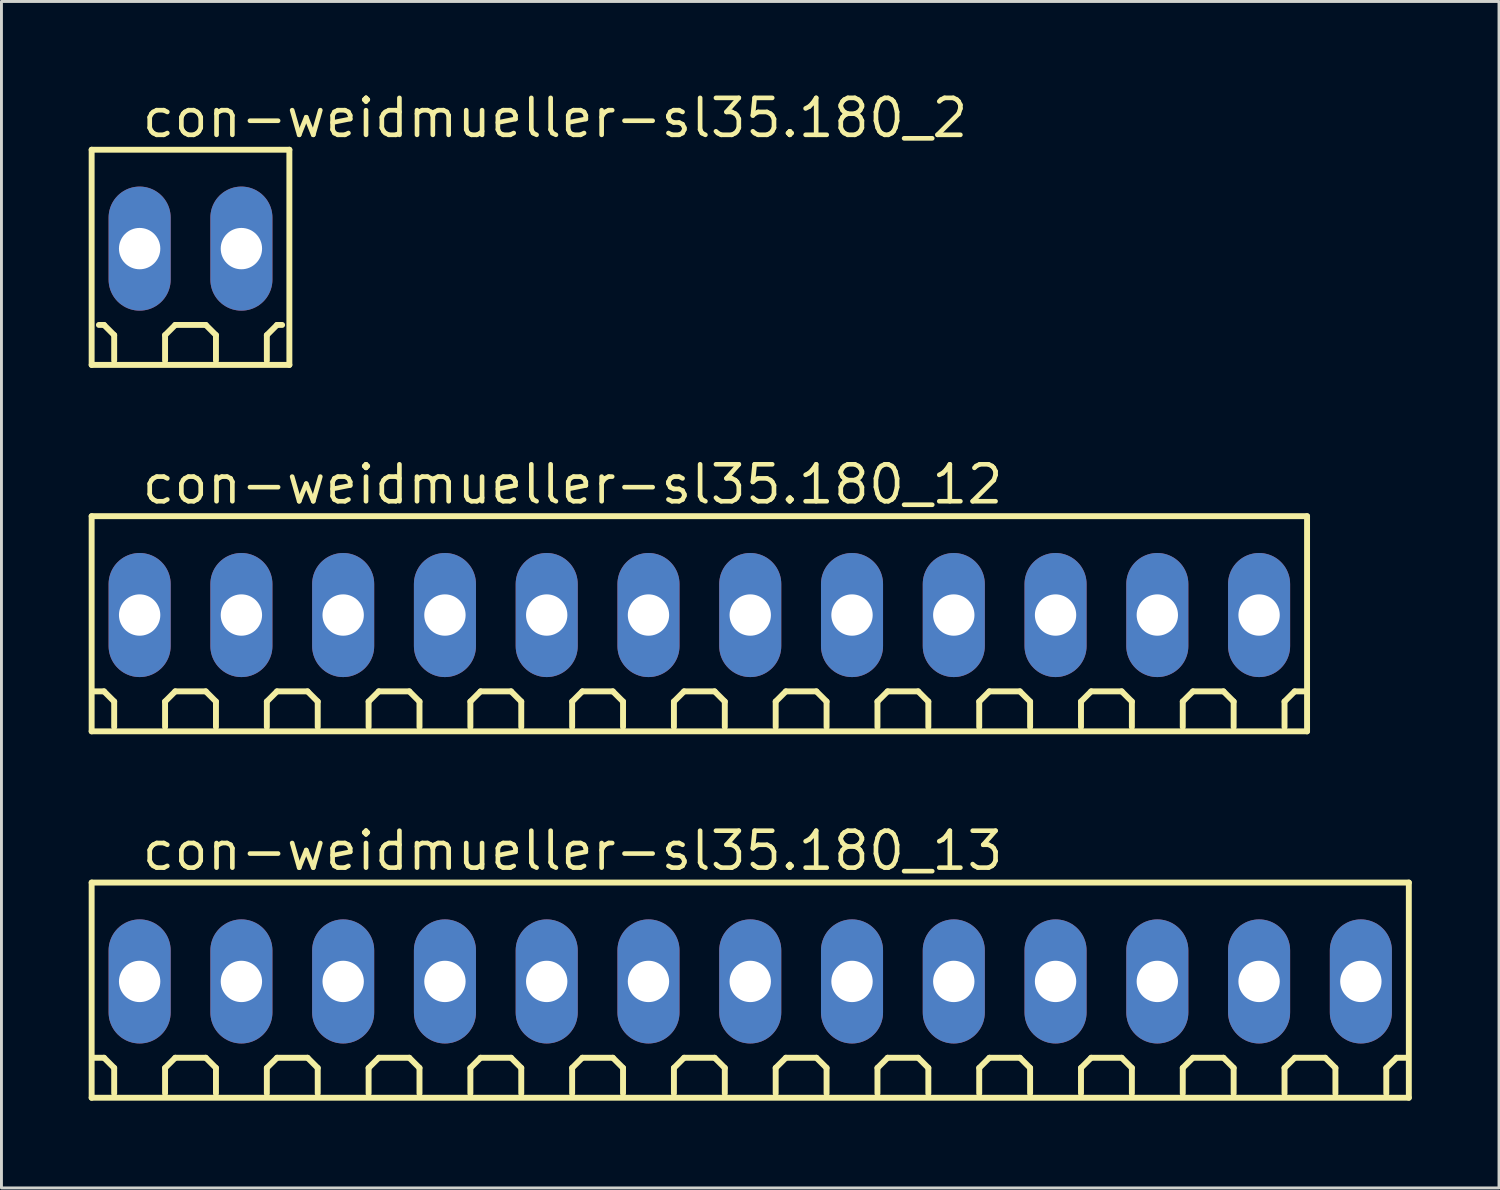
<source format=kicad_pcb>
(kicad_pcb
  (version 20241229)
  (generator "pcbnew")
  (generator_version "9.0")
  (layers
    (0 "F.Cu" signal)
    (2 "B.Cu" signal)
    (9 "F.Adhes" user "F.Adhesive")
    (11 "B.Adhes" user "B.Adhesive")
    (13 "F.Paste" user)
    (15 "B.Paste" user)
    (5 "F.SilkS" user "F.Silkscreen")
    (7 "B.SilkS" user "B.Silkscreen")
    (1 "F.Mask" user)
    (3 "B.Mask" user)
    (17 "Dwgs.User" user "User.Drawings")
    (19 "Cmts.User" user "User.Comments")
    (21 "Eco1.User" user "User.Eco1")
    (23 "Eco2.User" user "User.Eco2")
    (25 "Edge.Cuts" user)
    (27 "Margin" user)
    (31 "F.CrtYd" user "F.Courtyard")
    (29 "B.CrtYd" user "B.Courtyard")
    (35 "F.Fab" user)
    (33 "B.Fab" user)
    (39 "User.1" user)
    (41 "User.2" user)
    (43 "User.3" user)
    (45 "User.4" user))
  (footprint "con-weidmueller-sl35.180_2"
    (layer "F.Cu")
    (at 3.502 5.5)
    (property "Reference" "con-weidmueller-sl35.180_2" (at -1.75 -3.75 0) (layer "F.SilkS") (effects (font (size 1.27 1.27) (thickness 0.16)) (justify left bottom)))
    (attr through_hole)
    (fp_line (start -3.4 -3.4) (end 3.4 -3.4) (stroke (width 0.203) (type default)) (layer "F.SilkS"))
    (fp_line (start -3.4 4) (end -3.4 -3.4) (stroke (width 0.203) (type default)) (layer "F.SilkS"))
    (fp_line (start -2.975 2.625) (end -3.15 2.625) (stroke (width 0.203) (type default)) (layer "F.SilkS"))
    (fp_line (start -2.625 2.975) (end -2.975 2.625) (stroke (width 0.203) (type default)) (layer "F.SilkS"))
    (fp_line (start -2.625 3.85) (end -2.625 2.975) (stroke (width 0.203) (type default)) (layer "F.SilkS"))
    (fp_line (start -0.875 2.975) (end -0.525 2.625) (stroke (width 0.203) (type default)) (layer "F.SilkS"))
    (fp_line (start -0.875 3.85) (end -0.875 2.975) (stroke (width 0.203) (type default)) (layer "F.SilkS"))
    (fp_line (start -0.525 2.625) (end 0.525 2.625) (stroke (width 0.203) (type default)) (layer "F.SilkS"))
    (fp_line (start 0.525 2.625) (end 0.875 2.975) (stroke (width 0.203) (type default)) (layer "F.SilkS"))
    (fp_line (start 0.875 2.975) (end 0.875 3.85) (stroke (width 0.203) (type default)) (layer "F.SilkS"))
    (fp_line (start 2.625 2.975) (end 2.975 2.625) (stroke (width 0.203) (type default)) (layer "F.SilkS"))
    (fp_line (start 2.625 3.85) (end 2.625 2.975) (stroke (width 0.203) (type default)) (layer "F.SilkS"))
    (fp_line (start 2.975 2.625) (end 3.15 2.625) (stroke (width 0.203) (type default)) (layer "F.SilkS"))
    (fp_line (start 3.4 -3.4) (end 3.4 4) (stroke (width 0.203) (type default)) (layer "F.SilkS"))
    (fp_line (start 3.4 4) (end -3.4 4) (stroke (width 0.203) (type default)) (layer "F.SilkS"))
    (pad "1" thru_hole oval (at -1.75 0 90) (size 4.267 2.134) (drill 1.422) (layers "*.Cu" "*.Mask"))
    (pad "2" thru_hole oval (at 1.75 0 90) (size 4.267 2.134) (drill 1.422) (layers "*.Cu" "*.Mask")))
  (footprint "con-weidmueller-sl35.180_12"
    (layer "F.Cu")
    (at 21.002 18.102)
    (property "Reference" "con-weidmueller-sl35.180_12" (at -19.25 -3.75 0) (layer "F.SilkS") (effects (font (size 1.27 1.27) (thickness 0.16)) (justify left bottom)))
    (attr through_hole)
    (fp_line (start -20.9 -3.4) (end 20.9 -3.4) (stroke (width 0.203) (type default)) (layer "F.SilkS"))
    (fp_line (start -20.9 4) (end -20.9 -3.4) (stroke (width 0.203) (type default)) (layer "F.SilkS"))
    (fp_line (start -20.475 2.625) (end -20.825 2.625) (stroke (width 0.203) (type default)) (layer "F.SilkS"))
    (fp_line (start -20.125 2.975) (end -20.475 2.625) (stroke (width 0.203) (type default)) (layer "F.SilkS"))
    (fp_line (start -20.125 3.85) (end -20.125 2.975) (stroke (width 0.203) (type default)) (layer "F.SilkS"))
    (fp_line (start -18.375 2.975) (end -18.025 2.625) (stroke (width 0.203) (type default)) (layer "F.SilkS"))
    (fp_line (start -18.375 3.85) (end -18.375 2.975) (stroke (width 0.203) (type default)) (layer "F.SilkS"))
    (fp_line (start -18.025 2.625) (end -16.975 2.625) (stroke (width 0.203) (type default)) (layer "F.SilkS"))
    (fp_line (start -16.975 2.625) (end -16.625 2.975) (stroke (width 0.203) (type default)) (layer "F.SilkS"))
    (fp_line (start -16.625 2.975) (end -16.625 3.85) (stroke (width 0.203) (type default)) (layer "F.SilkS"))
    (fp_line (start -14.875 2.975) (end -14.525 2.625) (stroke (width 0.203) (type default)) (layer "F.SilkS"))
    (fp_line (start -14.875 3.85) (end -14.875 2.975) (stroke (width 0.203) (type default)) (layer "F.SilkS"))
    (fp_line (start -14.525 2.625) (end -13.475 2.625) (stroke (width 0.203) (type default)) (layer "F.SilkS"))
    (fp_line (start -13.475 2.625) (end -13.125 2.975) (stroke (width 0.203) (type default)) (layer "F.SilkS"))
    (fp_line (start -13.125 2.975) (end -13.125 3.85) (stroke (width 0.203) (type default)) (layer "F.SilkS"))
    (fp_line (start -11.375 2.975) (end -11.025 2.625) (stroke (width 0.203) (type default)) (layer "F.SilkS"))
    (fp_line (start -11.375 3.85) (end -11.375 2.975) (stroke (width 0.203) (type default)) (layer "F.SilkS"))
    (fp_line (start -11.025 2.625) (end -9.975 2.625) (stroke (width 0.203) (type default)) (layer "F.SilkS"))
    (fp_line (start -9.975 2.625) (end -9.625 2.975) (stroke (width 0.203) (type default)) (layer "F.SilkS"))
    (fp_line (start -9.625 2.975) (end -9.625 3.85) (stroke (width 0.203) (type default)) (layer "F.SilkS"))
    (fp_line (start -7.875 2.975) (end -7.525 2.625) (stroke (width 0.203) (type default)) (layer "F.SilkS"))
    (fp_line (start -7.875 3.85) (end -7.875 2.975) (stroke (width 0.203) (type default)) (layer "F.SilkS"))
    (fp_line (start -7.525 2.625) (end -6.475 2.625) (stroke (width 0.203) (type default)) (layer "F.SilkS"))
    (fp_line (start -6.475 2.625) (end -6.125 2.975) (stroke (width 0.203) (type default)) (layer "F.SilkS"))
    (fp_line (start -6.125 2.975) (end -6.125 3.85) (stroke (width 0.203) (type default)) (layer "F.SilkS"))
    (fp_line (start -4.375 2.975) (end -4.025 2.625) (stroke (width 0.203) (type default)) (layer "F.SilkS"))
    (fp_line (start -4.375 3.85) (end -4.375 2.975) (stroke (width 0.203) (type default)) (layer "F.SilkS"))
    (fp_line (start -4.025 2.625) (end -2.975 2.625) (stroke (width 0.203) (type default)) (layer "F.SilkS"))
    (fp_line (start -2.975 2.625) (end -2.625 2.975) (stroke (width 0.203) (type default)) (layer "F.SilkS"))
    (fp_line (start -2.625 2.975) (end -2.625 3.85) (stroke (width 0.203) (type default)) (layer "F.SilkS"))
    (fp_line (start -0.875 2.975) (end -0.525 2.625) (stroke (width 0.203) (type default)) (layer "F.SilkS"))
    (fp_line (start -0.875 3.85) (end -0.875 2.975) (stroke (width 0.203) (type default)) (layer "F.SilkS"))
    (fp_line (start -0.525 2.625) (end 0.525 2.625) (stroke (width 0.203) (type default)) (layer "F.SilkS"))
    (fp_line (start 0.525 2.625) (end 0.875 2.975) (stroke (width 0.203) (type default)) (layer "F.SilkS"))
    (fp_line (start 0.875 2.975) (end 0.875 3.85) (stroke (width 0.203) (type default)) (layer "F.SilkS"))
    (fp_line (start 2.625 2.975) (end 2.975 2.625) (stroke (width 0.203) (type default)) (layer "F.SilkS"))
    (fp_line (start 2.625 3.85) (end 2.625 2.975) (stroke (width 0.203) (type default)) (layer "F.SilkS"))
    (fp_line (start 2.975 2.625) (end 4.025 2.625) (stroke (width 0.203) (type default)) (layer "F.SilkS"))
    (fp_line (start 4.025 2.625) (end 4.375 2.975) (stroke (width 0.203) (type default)) (layer "F.SilkS"))
    (fp_line (start 4.375 2.975) (end 4.375 3.85) (stroke (width 0.203) (type default)) (layer "F.SilkS"))
    (fp_line (start 6.125 2.975) (end 6.475 2.625) (stroke (width 0.203) (type default)) (layer "F.SilkS"))
    (fp_line (start 6.125 3.85) (end 6.125 2.975) (stroke (width 0.203) (type default)) (layer "F.SilkS"))
    (fp_line (start 6.475 2.625) (end 7.525 2.625) (stroke (width 0.203) (type default)) (layer "F.SilkS"))
    (fp_line (start 7.525 2.625) (end 7.875 2.975) (stroke (width 0.203) (type default)) (layer "F.SilkS"))
    (fp_line (start 7.875 2.975) (end 7.875 3.85) (stroke (width 0.203) (type default)) (layer "F.SilkS"))
    (fp_line (start 9.625 2.975) (end 9.975 2.625) (stroke (width 0.203) (type default)) (layer "F.SilkS"))
    (fp_line (start 9.625 3.85) (end 9.625 2.975) (stroke (width 0.203) (type default)) (layer "F.SilkS"))
    (fp_line (start 9.975 2.625) (end 11.025 2.625) (stroke (width 0.203) (type default)) (layer "F.SilkS"))
    (fp_line (start 11.025 2.625) (end 11.375 2.975) (stroke (width 0.203) (type default)) (layer "F.SilkS"))
    (fp_line (start 11.375 2.975) (end 11.375 3.85) (stroke (width 0.203) (type default)) (layer "F.SilkS"))
    (fp_line (start 13.125 2.975) (end 13.475 2.625) (stroke (width 0.203) (type default)) (layer "F.SilkS"))
    (fp_line (start 13.125 3.85) (end 13.125 2.975) (stroke (width 0.203) (type default)) (layer "F.SilkS"))
    (fp_line (start 13.475 2.625) (end 14.525 2.625) (stroke (width 0.203) (type default)) (layer "F.SilkS"))
    (fp_line (start 14.525 2.625) (end 14.875 2.975) (stroke (width 0.203) (type default)) (layer "F.SilkS"))
    (fp_line (start 14.875 2.975) (end 14.875 3.85) (stroke (width 0.203) (type default)) (layer "F.SilkS"))
    (fp_line (start 16.625 2.975) (end 16.975 2.625) (stroke (width 0.203) (type default)) (layer "F.SilkS"))
    (fp_line (start 16.625 3.85) (end 16.625 2.975) (stroke (width 0.203) (type default)) (layer "F.SilkS"))
    (fp_line (start 16.975 2.625) (end 18.025 2.625) (stroke (width 0.203) (type default)) (layer "F.SilkS"))
    (fp_line (start 18.025 2.625) (end 18.375 2.975) (stroke (width 0.203) (type default)) (layer "F.SilkS"))
    (fp_line (start 18.375 2.975) (end 18.375 3.85) (stroke (width 0.203) (type default)) (layer "F.SilkS"))
    (fp_line (start 20.125 2.975) (end 20.475 2.625) (stroke (width 0.203) (type default)) (layer "F.SilkS"))
    (fp_line (start 20.125 3.85) (end 20.125 2.975) (stroke (width 0.203) (type default)) (layer "F.SilkS"))
    (fp_line (start 20.825 2.625) (end 20.475 2.625) (stroke (width 0.203) (type default)) (layer "F.SilkS"))
    (fp_line (start 20.9 -3.4) (end 20.9 4) (stroke (width 0.203) (type default)) (layer "F.SilkS"))
    (fp_line (start 20.9 4) (end -20.9 4) (stroke (width 0.203) (type default)) (layer "F.SilkS"))
    (pad "1" thru_hole oval (at -19.25 0 90) (size 4.267 2.134) (drill 1.422) (layers "*.Cu" "*.Mask"))
    (pad "2" thru_hole oval (at -15.75 0 90) (size 4.267 2.134) (drill 1.422) (layers "*.Cu" "*.Mask"))
    (pad "3" thru_hole oval (at -12.25 0 90) (size 4.267 2.134) (drill 1.422) (layers "*.Cu" "*.Mask"))
    (pad "4" thru_hole oval (at -8.75 0 90) (size 4.267 2.134) (drill 1.422) (layers "*.Cu" "*.Mask"))
    (pad "5" thru_hole oval (at -5.25 0 90) (size 4.267 2.134) (drill 1.422) (layers "*.Cu" "*.Mask"))
    (pad "6" thru_hole oval (at -1.75 0 90) (size 4.267 2.134) (drill 1.422) (layers "*.Cu" "*.Mask"))
    (pad "7" thru_hole oval (at 1.75 0 90) (size 4.267 2.134) (drill 1.422) (layers "*.Cu" "*.Mask"))
    (pad "8" thru_hole oval (at 5.25 0 90) (size 4.267 2.134) (drill 1.422) (layers "*.Cu" "*.Mask"))
    (pad "9" thru_hole oval (at 8.75 0 90) (size 4.267 2.134) (drill 1.422) (layers "*.Cu" "*.Mask"))
    (pad "10" thru_hole oval (at 12.25 0 90) (size 4.267 2.134) (drill 1.422) (layers "*.Cu" "*.Mask"))
    (pad "11" thru_hole oval (at 15.75 0 90) (size 4.267 2.134) (drill 1.422) (layers "*.Cu" "*.Mask"))
    (pad "12" thru_hole oval (at 19.25 0 90) (size 4.267 2.134) (drill 1.422) (layers "*.Cu" "*.Mask")))
  (footprint "con-weidmueller-sl35.180_13"
    (layer "F.Cu")
    (at 22.752 30.703)
    (property "Reference" "con-weidmueller-sl35.180_13" (at -21 -3.75 0) (layer "F.SilkS") (effects (font (size 1.27 1.27) (thickness 0.16)) (justify left bottom)))
    (attr through_hole)
    (fp_line (start -22.65 -3.4) (end 22.65 -3.4) (stroke (width 0.203) (type default)) (layer "F.SilkS"))
    (fp_line (start -22.65 4) (end -22.65 -3.4) (stroke (width 0.203) (type default)) (layer "F.SilkS"))
    (fp_line (start -22.225 2.625) (end -22.575 2.625) (stroke (width 0.203) (type default)) (layer "F.SilkS"))
    (fp_line (start -21.875 2.975) (end -22.225 2.625) (stroke (width 0.203) (type default)) (layer "F.SilkS"))
    (fp_line (start -21.875 3.85) (end -21.875 2.975) (stroke (width 0.203) (type default)) (layer "F.SilkS"))
    (fp_line (start -20.125 2.975) (end -19.775 2.625) (stroke (width 0.203) (type default)) (layer "F.SilkS"))
    (fp_line (start -20.125 3.85) (end -20.125 2.975) (stroke (width 0.203) (type default)) (layer "F.SilkS"))
    (fp_line (start -19.775 2.625) (end -18.725 2.625) (stroke (width 0.203) (type default)) (layer "F.SilkS"))
    (fp_line (start -18.725 2.625) (end -18.375 2.975) (stroke (width 0.203) (type default)) (layer "F.SilkS"))
    (fp_line (start -18.375 2.975) (end -18.375 3.85) (stroke (width 0.203) (type default)) (layer "F.SilkS"))
    (fp_line (start -16.625 2.975) (end -16.275 2.625) (stroke (width 0.203) (type default)) (layer "F.SilkS"))
    (fp_line (start -16.625 3.85) (end -16.625 2.975) (stroke (width 0.203) (type default)) (layer "F.SilkS"))
    (fp_line (start -16.275 2.625) (end -15.225 2.625) (stroke (width 0.203) (type default)) (layer "F.SilkS"))
    (fp_line (start -15.225 2.625) (end -14.875 2.975) (stroke (width 0.203) (type default)) (layer "F.SilkS"))
    (fp_line (start -14.875 2.975) (end -14.875 3.85) (stroke (width 0.203) (type default)) (layer "F.SilkS"))
    (fp_line (start -13.125 2.975) (end -12.775 2.625) (stroke (width 0.203) (type default)) (layer "F.SilkS"))
    (fp_line (start -13.125 3.85) (end -13.125 2.975) (stroke (width 0.203) (type default)) (layer "F.SilkS"))
    (fp_line (start -12.775 2.625) (end -11.725 2.625) (stroke (width 0.203) (type default)) (layer "F.SilkS"))
    (fp_line (start -11.725 2.625) (end -11.375 2.975) (stroke (width 0.203) (type default)) (layer "F.SilkS"))
    (fp_line (start -11.375 2.975) (end -11.375 3.85) (stroke (width 0.203) (type default)) (layer "F.SilkS"))
    (fp_line (start -9.625 2.975) (end -9.275 2.625) (stroke (width 0.203) (type default)) (layer "F.SilkS"))
    (fp_line (start -9.625 3.85) (end -9.625 2.975) (stroke (width 0.203) (type default)) (layer "F.SilkS"))
    (fp_line (start -9.275 2.625) (end -8.225 2.625) (stroke (width 0.203) (type default)) (layer "F.SilkS"))
    (fp_line (start -8.225 2.625) (end -7.875 2.975) (stroke (width 0.203) (type default)) (layer "F.SilkS"))
    (fp_line (start -7.875 2.975) (end -7.875 3.85) (stroke (width 0.203) (type default)) (layer "F.SilkS"))
    (fp_line (start -6.125 2.975) (end -5.775 2.625) (stroke (width 0.203) (type default)) (layer "F.SilkS"))
    (fp_line (start -6.125 3.85) (end -6.125 2.975) (stroke (width 0.203) (type default)) (layer "F.SilkS"))
    (fp_line (start -5.775 2.625) (end -4.725 2.625) (stroke (width 0.203) (type default)) (layer "F.SilkS"))
    (fp_line (start -4.725 2.625) (end -4.375 2.975) (stroke (width 0.203) (type default)) (layer "F.SilkS"))
    (fp_line (start -4.375 2.975) (end -4.375 3.85) (stroke (width 0.203) (type default)) (layer "F.SilkS"))
    (fp_line (start -2.625 2.975) (end -2.275 2.625) (stroke (width 0.203) (type default)) (layer "F.SilkS"))
    (fp_line (start -2.625 3.85) (end -2.625 2.975) (stroke (width 0.203) (type default)) (layer "F.SilkS"))
    (fp_line (start -2.275 2.625) (end -1.225 2.625) (stroke (width 0.203) (type default)) (layer "F.SilkS"))
    (fp_line (start -1.225 2.625) (end -0.875 2.975) (stroke (width 0.203) (type default)) (layer "F.SilkS"))
    (fp_line (start -0.875 2.975) (end -0.875 3.85) (stroke (width 0.203) (type default)) (layer "F.SilkS"))
    (fp_line (start 0.875 2.975) (end 1.225 2.625) (stroke (width 0.203) (type default)) (layer "F.SilkS"))
    (fp_line (start 0.875 3.85) (end 0.875 2.975) (stroke (width 0.203) (type default)) (layer "F.SilkS"))
    (fp_line (start 1.225 2.625) (end 2.275 2.625) (stroke (width 0.203) (type default)) (layer "F.SilkS"))
    (fp_line (start 2.275 2.625) (end 2.625 2.975) (stroke (width 0.203) (type default)) (layer "F.SilkS"))
    (fp_line (start 2.625 2.975) (end 2.625 3.85) (stroke (width 0.203) (type default)) (layer "F.SilkS"))
    (fp_line (start 4.375 2.975) (end 4.725 2.625) (stroke (width 0.203) (type default)) (layer "F.SilkS"))
    (fp_line (start 4.375 3.85) (end 4.375 2.975) (stroke (width 0.203) (type default)) (layer "F.SilkS"))
    (fp_line (start 4.725 2.625) (end 5.775 2.625) (stroke (width 0.203) (type default)) (layer "F.SilkS"))
    (fp_line (start 5.775 2.625) (end 6.125 2.975) (stroke (width 0.203) (type default)) (layer "F.SilkS"))
    (fp_line (start 6.125 2.975) (end 6.125 3.85) (stroke (width 0.203) (type default)) (layer "F.SilkS"))
    (fp_line (start 7.875 2.975) (end 8.225 2.625) (stroke (width 0.203) (type default)) (layer "F.SilkS"))
    (fp_line (start 7.875 3.85) (end 7.875 2.975) (stroke (width 0.203) (type default)) (layer "F.SilkS"))
    (fp_line (start 8.225 2.625) (end 9.275 2.625) (stroke (width 0.203) (type default)) (layer "F.SilkS"))
    (fp_line (start 9.275 2.625) (end 9.625 2.975) (stroke (width 0.203) (type default)) (layer "F.SilkS"))
    (fp_line (start 9.625 2.975) (end 9.625 3.85) (stroke (width 0.203) (type default)) (layer "F.SilkS"))
    (fp_line (start 11.375 2.975) (end 11.725 2.625) (stroke (width 0.203) (type default)) (layer "F.SilkS"))
    (fp_line (start 11.375 3.85) (end 11.375 2.975) (stroke (width 0.203) (type default)) (layer "F.SilkS"))
    (fp_line (start 11.725 2.625) (end 12.775 2.625) (stroke (width 0.203) (type default)) (layer "F.SilkS"))
    (fp_line (start 12.775 2.625) (end 13.125 2.975) (stroke (width 0.203) (type default)) (layer "F.SilkS"))
    (fp_line (start 13.125 2.975) (end 13.125 3.85) (stroke (width 0.203) (type default)) (layer "F.SilkS"))
    (fp_line (start 14.875 2.975) (end 15.225 2.625) (stroke (width 0.203) (type default)) (layer "F.SilkS"))
    (fp_line (start 14.875 3.85) (end 14.875 2.975) (stroke (width 0.203) (type default)) (layer "F.SilkS"))
    (fp_line (start 15.225 2.625) (end 16.275 2.625) (stroke (width 0.203) (type default)) (layer "F.SilkS"))
    (fp_line (start 16.275 2.625) (end 16.625 2.975) (stroke (width 0.203) (type default)) (layer "F.SilkS"))
    (fp_line (start 16.625 2.975) (end 16.625 3.85) (stroke (width 0.203) (type default)) (layer "F.SilkS"))
    (fp_line (start 18.375 2.975) (end 18.725 2.625) (stroke (width 0.203) (type default)) (layer "F.SilkS"))
    (fp_line (start 18.375 3.85) (end 18.375 2.975) (stroke (width 0.203) (type default)) (layer "F.SilkS"))
    (fp_line (start 18.725 2.625) (end 19.775 2.625) (stroke (width 0.203) (type default)) (layer "F.SilkS"))
    (fp_line (start 19.775 2.625) (end 20.125 2.975) (stroke (width 0.203) (type default)) (layer "F.SilkS"))
    (fp_line (start 20.125 2.975) (end 20.125 3.85) (stroke (width 0.203) (type default)) (layer "F.SilkS"))
    (fp_line (start 21.875 2.975) (end 22.225 2.625) (stroke (width 0.203) (type default)) (layer "F.SilkS"))
    (fp_line (start 21.875 3.85) (end 21.875 2.975) (stroke (width 0.203) (type default)) (layer "F.SilkS"))
    (fp_line (start 22.575 2.625) (end 22.225 2.625) (stroke (width 0.203) (type default)) (layer "F.SilkS"))
    (fp_line (start 22.65 -3.4) (end 22.65 4) (stroke (width 0.203) (type default)) (layer "F.SilkS"))
    (fp_line (start 22.65 4) (end -22.65 4) (stroke (width 0.203) (type default)) (layer "F.SilkS"))
    (pad "1" thru_hole oval (at -21 0 90) (size 4.267 2.134) (drill 1.422) (layers "*.Cu" "*.Mask"))
    (pad "2" thru_hole oval (at -17.5 0 90) (size 4.267 2.134) (drill 1.422) (layers "*.Cu" "*.Mask"))
    (pad "3" thru_hole oval (at -14 0 90) (size 4.267 2.134) (drill 1.422) (layers "*.Cu" "*.Mask"))
    (pad "4" thru_hole oval (at -10.5 0 90) (size 4.267 2.134) (drill 1.422) (layers "*.Cu" "*.Mask"))
    (pad "5" thru_hole oval (at -7 0 90) (size 4.267 2.134) (drill 1.422) (layers "*.Cu" "*.Mask"))
    (pad "6" thru_hole oval (at -3.5 0 90) (size 4.267 2.134) (drill 1.422) (layers "*.Cu" "*.Mask"))
    (pad "7" thru_hole oval (at 0 0 90) (size 4.267 2.134) (drill 1.422) (layers "*.Cu" "*.Mask"))
    (pad "8" thru_hole oval (at 3.5 0 90) (size 4.267 2.134) (drill 1.422) (layers "*.Cu" "*.Mask"))
    (pad "9" thru_hole oval (at 7 0 90) (size 4.267 2.134) (drill 1.422) (layers "*.Cu" "*.Mask"))
    (pad "10" thru_hole oval (at 10.5 0 90) (size 4.267 2.134) (drill 1.422) (layers "*.Cu" "*.Mask"))
    (pad "11" thru_hole oval (at 14 0 90) (size 4.267 2.134) (drill 1.422) (layers "*.Cu" "*.Mask"))
    (pad "12" thru_hole oval (at 17.5 0 90) (size 4.267 2.134) (drill 1.422) (layers "*.Cu" "*.Mask"))
    (pad "13" thru_hole oval (at 21 0 90) (size 4.267 2.134) (drill 1.422) (layers "*.Cu" "*.Mask")))
  (gr_rect
    (start -3 -3)
    (end 48.503 37.805)
    (stroke (width 0.1) (type default))
    (fill no)
    (layer "Edge.Cuts")))
</source>
